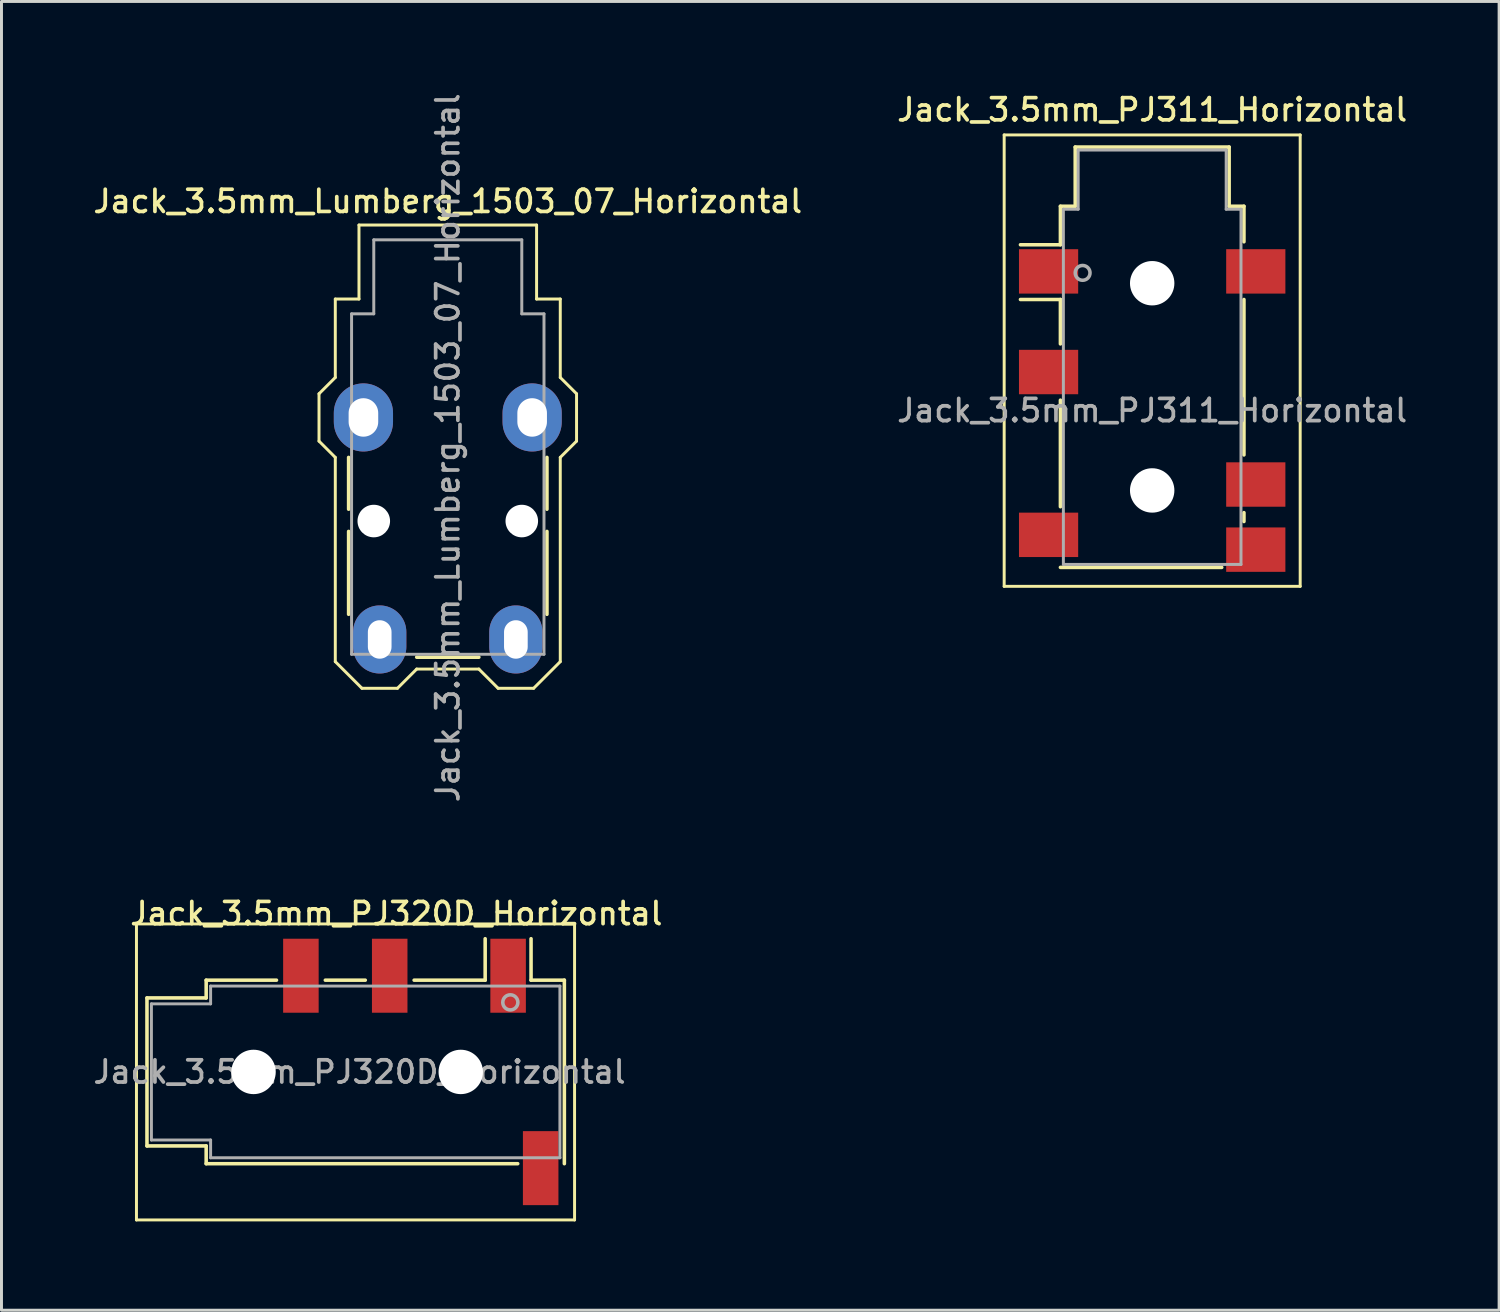
<source format=kicad_pcb>
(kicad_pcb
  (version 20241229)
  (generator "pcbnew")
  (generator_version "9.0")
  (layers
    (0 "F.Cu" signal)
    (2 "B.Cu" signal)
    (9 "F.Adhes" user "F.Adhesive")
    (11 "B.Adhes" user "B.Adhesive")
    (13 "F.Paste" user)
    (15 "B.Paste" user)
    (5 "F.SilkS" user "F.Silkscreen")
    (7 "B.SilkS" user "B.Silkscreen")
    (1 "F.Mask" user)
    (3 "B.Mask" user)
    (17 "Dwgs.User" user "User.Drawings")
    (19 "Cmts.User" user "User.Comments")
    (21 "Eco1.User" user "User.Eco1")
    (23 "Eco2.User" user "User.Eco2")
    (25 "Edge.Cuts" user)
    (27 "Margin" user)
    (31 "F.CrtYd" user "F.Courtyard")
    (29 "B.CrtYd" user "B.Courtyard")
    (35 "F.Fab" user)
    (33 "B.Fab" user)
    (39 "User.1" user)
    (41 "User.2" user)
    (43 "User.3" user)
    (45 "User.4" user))
  (footprint "Jack_3.5mm_PJ311_Horizontal"
    (layer "F.Cu")
    (at 35.873 10.818)
    (property "Reference" "Jack_3.5mm_PJ311_Horizontal" (at 0 -10.16 0) (layer "F.SilkS") (effects (font (size 0.75 0.75) (thickness 0.125))))
    (attr smd)
    (fp_line (start -5 -9.31) (end -5 5.94) (stroke (width 0.1) (type solid)) (layer "F.SilkS"))
    (fp_line (start -5 -9.31) (end 5 -9.31) (stroke (width 0.1) (type solid)) (layer "F.SilkS"))
    (fp_line (start -5 5.94) (end 5 5.94) (stroke (width 0.1) (type solid)) (layer "F.SilkS"))
    (fp_line (start -3.1 -6.9) (end -2.6 -6.9) (stroke (width 0.12) (type solid)) (layer "F.SilkS"))
    (fp_line (start -3.1 -5.6) (end -4.45 -5.6) (stroke (width 0.12) (type solid)) (layer "F.SilkS"))
    (fp_line (start -3.1 -5.6) (end -3.1 -6.9) (stroke (width 0.12) (type solid)) (layer "F.SilkS"))
    (fp_line (start -3.1 -3.75) (end -4.45 -3.75) (stroke (width 0.12) (type solid)) (layer "F.SilkS"))
    (fp_line (start -3.1 -2.25) (end -3.1 -3.75) (stroke (width 0.12) (type solid)) (layer "F.SilkS"))
    (fp_line (start -3.1 3.25) (end -3.1 -0.35) (stroke (width 0.12) (type solid)) (layer "F.SilkS"))
    (fp_line (start -2.6 -8.9) (end 2.6 -8.9) (stroke (width 0.12) (type solid)) (layer "F.SilkS"))
    (fp_line (start -2.6 -6.9) (end -2.6 -8.9) (stroke (width 0.12) (type solid)) (layer "F.SilkS"))
    (fp_line (start 2.35 5.3) (end -3.1 5.3) (stroke (width 0.12) (type solid)) (layer "F.SilkS"))
    (fp_line (start 2.6 -8.9) (end 2.6 -6.9) (stroke (width 0.12) (type solid)) (layer "F.SilkS"))
    (fp_line (start 2.6 -6.9) (end 3.1 -6.9) (stroke (width 0.12) (type solid)) (layer "F.SilkS"))
    (fp_line (start 3.1 -6.9) (end 3.1 -5.7) (stroke (width 0.12) (type solid)) (layer "F.SilkS"))
    (fp_line (start 3.1 -3.75) (end 3.1 1.5) (stroke (width 0.12) (type solid)) (layer "F.SilkS"))
    (fp_line (start 3.1 3.45) (end 3.1 3.75) (stroke (width 0.12) (type solid)) (layer "F.SilkS"))
    (fp_line (start 5 5.94) (end 5 -9.31) (stroke (width 0.1) (type solid)) (layer "F.SilkS"))
    (fp_line (start -3 -6.8) (end -3 5.2) (stroke (width 0.1) (type solid)) (layer "F.Fab"))
    (fp_line (start -3 5.2) (end 3 5.2) (stroke (width 0.1) (type solid)) (layer "F.Fab"))
    (fp_line (start -2.5 -8.8) (end -2.5 -6.8) (stroke (width 0.1) (type solid)) (layer "F.Fab"))
    (fp_line (start -2.5 -6.8) (end -3 -6.8) (stroke (width 0.1) (type solid)) (layer "F.Fab"))
    (fp_line (start 2.5 -8.8) (end -2.5 -8.8) (stroke (width 0.1) (type solid)) (layer "F.Fab"))
    (fp_line (start 2.5 -6.8) (end 2.5 -8.8) (stroke (width 0.1) (type solid)) (layer "F.Fab"))
    (fp_line (start 3 -6.8) (end 2.5 -6.8) (stroke (width 0.1) (type solid)) (layer "F.Fab"))
    (fp_line (start 3 5.2) (end 3 -6.8) (stroke (width 0.1) (type solid)) (layer "F.Fab"))
    (fp_circle (center -2.35 -4.65) (end -2.1 -4.65) (stroke (width 0.12) (type solid)) (fill no) (layer "F.Fab"))
    (fp_text user "${REFERENCE}" (at 0 0 0) (layer "F.Fab") (effects (font (size 0.75 0.75) (thickness 0.125))))
    (pad "" np_thru_hole circle (at 0 -4.3) (size 1.5 1.5) (drill 1.5) (layers "*.Cu" "*.Mask"))
    (pad "" np_thru_hole circle (at 0 2.7) (size 1.5 1.5) (drill 1.5) (layers "*.Cu" "*.Mask"))
    (pad "1" smd rect (at -3.5 -4.7) (size 2 1.5) (layers "F.Cu" "F.Mask" "F.Paste"))
    (pad "2" smd rect (at 3.5 -4.7) (size 2 1.5) (layers "F.Cu" "F.Mask" "F.Paste"))
    (pad "3" smd rect (at -3.5 -1.3) (size 2 1.5) (layers "F.Cu" "F.Mask" "F.Paste"))
    (pad "4" smd rect (at 3.5 2.5) (size 2 1.5) (layers "F.Cu" "F.Mask" "F.Paste"))
    (pad "5" smd rect (at 3.5 4.7) (size 2 1.5) (layers "F.Cu" "F.Mask" "F.Paste"))
    (pad "6" smd rect (at -3.5 4.2) (size 2 1.5) (layers "F.Cu" "F.Mask" "F.Paste")))
  (footprint "Jack_3.5mm_Lumberg_1503_07_Horizontal"
    (layer "F.Cu")
    (at 9.227 11.052)
    (property "Reference" "Jack_3.5mm_Lumberg_1503_07_Horizontal" (at 2.85 -7.3 0) (unlocked yes) (layer "F.SilkS") (effects (font (size 0.75 0.75) (thickness 0.125))))
    (attr through_hole)
    (fp_line (start -1.5 -0.8) (end -1.5 0.8) (stroke (width 0.1) (type solid)) (layer "F.SilkS"))
    (fp_line (start -1.5 0.8) (end -0.95 1.35) (stroke (width 0.1) (type default)) (layer "F.SilkS"))
    (fp_line (start -0.95 -1.35) (end -1.5 -0.8) (stroke (width 0.1) (type default)) (layer "F.SilkS"))
    (fp_line (start -0.95 -1.35) (end -0.95 -4) (stroke (width 0.1) (type default)) (layer "F.SilkS"))
    (fp_line (start -0.95 1.35) (end -0.95 8.25) (stroke (width 0.1) (type default)) (layer "F.SilkS"))
    (fp_line (start -0.95 8.25) (end -0.05 9.15) (stroke (width 0.1) (type default)) (layer "F.SilkS"))
    (fp_line (start -0.5 1.35) (end -0.5 3.1) (stroke (width 0.12) (type solid)) (layer "F.SilkS"))
    (fp_line (start -0.5 3.85) (end -0.5 6.65) (stroke (width 0.12) (type solid)) (layer "F.SilkS"))
    (fp_line (start -0.15 -6.5) (end -0.15 -4) (stroke (width 0.1) (type default)) (layer "F.SilkS"))
    (fp_line (start -0.15 -6.5) (end 5.85 -6.5) (stroke (width 0.1) (type solid)) (layer "F.SilkS"))
    (fp_line (start -0.15 -4) (end -0.95 -4) (stroke (width 0.1) (type default)) (layer "F.SilkS"))
    (fp_line (start -0.05 9.15) (end 1.15 9.15) (stroke (width 0.1) (type solid)) (layer "F.SilkS"))
    (fp_line (start 1.15 9.15) (end 1.8 8.5) (stroke (width 0.1) (type default)) (layer "F.SilkS"))
    (fp_line (start 1.8 8.1) (end 3.9 8.1) (stroke (width 0.12) (type solid)) (layer "F.SilkS"))
    (fp_line (start 1.8 8.5) (end 3.9 8.5) (stroke (width 0.1) (type default)) (layer "F.SilkS"))
    (fp_line (start 3.9 8.5) (end 4.55 9.15) (stroke (width 0.1) (type default)) (layer "F.SilkS"))
    (fp_line (start 4.55 9.15) (end 5.75 9.15) (stroke (width 0.1) (type solid)) (layer "F.SilkS"))
    (fp_line (start 5.85 -6.5) (end 5.85 -4) (stroke (width 0.1) (type default)) (layer "F.SilkS"))
    (fp_line (start 5.85 -4) (end 6.65 -4) (stroke (width 0.1) (type default)) (layer "F.SilkS"))
    (fp_line (start 6.2 1.35) (end 6.2 3.1) (stroke (width 0.12) (type solid)) (layer "F.SilkS"))
    (fp_line (start 6.2 3.85) (end 6.2 6.65) (stroke (width 0.12) (type solid)) (layer "F.SilkS"))
    (fp_line (start 6.65 -1.35) (end 6.65 -4) (stroke (width 0.1) (type default)) (layer "F.SilkS"))
    (fp_line (start 6.65 1.35) (end 6.65 8.25) (stroke (width 0.1) (type default)) (layer "F.SilkS"))
    (fp_line (start 6.65 8.25) (end 5.75 9.15) (stroke (width 0.1) (type default)) (layer "F.SilkS"))
    (fp_line (start 7.2 -0.8) (end 6.65 -1.35) (stroke (width 0.1) (type default)) (layer "F.SilkS"))
    (fp_line (start 7.2 -0.8) (end 7.2 0.8) (stroke (width 0.1) (type solid)) (layer "F.SilkS"))
    (fp_line (start 7.2 0.8) (end 6.65 1.35) (stroke (width 0.1) (type default)) (layer "F.SilkS"))
    (fp_line (start -0.4 -3.5) (end 0.35 -3.5) (stroke (width 0.1) (type solid)) (layer "F.Fab"))
    (fp_line (start -0.4 8) (end -0.4 -3.5) (stroke (width 0.1) (type solid)) (layer "F.Fab"))
    (fp_line (start -0.4 8) (end 6.1 8) (stroke (width 0.1) (type solid)) (layer "F.Fab"))
    (fp_line (start 0.35 -6) (end 0.35 -3.5) (stroke (width 0.1) (type solid)) (layer "F.Fab"))
    (fp_line (start 0.35 -6) (end 5.35 -6) (stroke (width 0.1) (type solid)) (layer "F.Fab"))
    (fp_line (start 5.35 -3.5) (end 5.35 -6) (stroke (width 0.1) (type solid)) (layer "F.Fab"))
    (fp_line (start 5.35 -3.5) (end 6.1 -3.5) (stroke (width 0.1) (type solid)) (layer "F.Fab"))
    (fp_line (start 6.1 -3.5) (end 6.1 8) (stroke (width 0.1) (type solid)) (layer "F.Fab"))
    (fp_text user "${REFERENCE}" (at 2.85 1.025 90) (unlocked yes) (layer "F.Fab") (effects (font (size 0.75 0.75) (thickness 0.125))))
    (pad "" np_thru_hole circle (at 0.35 3.5) (size 1.1 1.1) (drill 1.1) (layers "*.Cu" "*.Mask"))
    (pad "" np_thru_hole circle (at 5.35 3.5) (size 1.1 1.1) (drill 1.1) (layers "*.Cu" "*.Mask"))
    (pad "R" thru_hole oval (at 5.15 7.5) (size 1.8 2.3) (drill oval 0.8 1.3) (layers "*.Cu" "*.Mask"))
    (pad "S" thru_hole oval (at 0.55 7.5) (size 1.8 2.3) (drill oval 0.8 1.3) (layers "*.Cu" "*.Mask"))
    (pad "T" thru_hole oval (at 0 0) (size 2 2.3) (drill oval 1 1.3) (layers "*.Cu" "*.Mask"))
    (pad "T" thru_hole oval (at 5.7 0) (size 2 2.3) (drill oval 1 1.3) (layers "*.Cu" "*.Mask")))
  (footprint "Jack_3.5mm_PJ320D_Horizontal"
    (layer "F.Cu")
    (at 10.29 33.162)
    (property "Reference" "Jack_3.5mm_PJ320D_Horizontal" (at 0.05 -5.35 0) (layer "F.SilkS") (effects (font (size 0.75 0.75) (thickness 0.125))))
    (attr smd)
    (fp_line (start -8.73 -5) (end 6.07 -5) (stroke (width 0.1) (type solid)) (layer "F.SilkS"))
    (fp_line (start -8.73 5) (end -8.73 -5) (stroke (width 0.1) (type solid)) (layer "F.SilkS"))
    (fp_line (start -8.73 5) (end 6.07 5) (stroke (width 0.1) (type solid)) (layer "F.SilkS"))
    (fp_line (start -8.375 -2.5) (end -8.375 2.5) (stroke (width 0.12) (type solid)) (layer "F.SilkS"))
    (fp_line (start -6.375 -3.1) (end -6.375 -2.5) (stroke (width 0.12) (type solid)) (layer "F.SilkS"))
    (fp_line (start -6.375 -3.1) (end -4 -3.1) (stroke (width 0.12) (type solid)) (layer "F.SilkS"))
    (fp_line (start -6.375 -2.5) (end -8.375 -2.5) (stroke (width 0.12) (type solid)) (layer "F.SilkS"))
    (fp_line (start -6.375 2.5) (end -8.375 2.5) (stroke (width 0.12) (type solid)) (layer "F.SilkS"))
    (fp_line (start -6.375 2.5) (end -6.375 3.1) (stroke (width 0.12) (type solid)) (layer "F.SilkS"))
    (fp_line (start -2.35 -3.1) (end -1 -3.1) (stroke (width 0.12) (type solid)) (layer "F.SilkS"))
    (fp_line (start 0.65 -3.1) (end 3.05 -3.1) (stroke (width 0.12) (type solid)) (layer "F.SilkS"))
    (fp_line (start 3.05 -3.1) (end 3.05 -4.5) (stroke (width 0.12) (type solid)) (layer "F.SilkS"))
    (fp_line (start 4.15 3.1) (end -6.375 3.1) (stroke (width 0.12) (type solid)) (layer "F.SilkS"))
    (fp_line (start 4.6 -3.1) (end 4.6 -4.5) (stroke (width 0.12) (type solid)) (layer "F.SilkS"))
    (fp_line (start 4.6 -3.1) (end 5.725 -3.1) (stroke (width 0.12) (type solid)) (layer "F.SilkS"))
    (fp_line (start 5.725 3.1) (end 5.725 -3.1) (stroke (width 0.12) (type solid)) (layer "F.SilkS"))
    (fp_line (start 6.07 5) (end 6.07 -5) (stroke (width 0.1) (type solid)) (layer "F.SilkS"))
    (fp_line (start -8.225 -2.3) (end -6.225 -2.3) (stroke (width 0.1) (type solid)) (layer "F.Fab"))
    (fp_line (start -8.225 2.3) (end -8.225 -2.3) (stroke (width 0.1) (type solid)) (layer "F.Fab"))
    (fp_line (start -6.225 -2.9) (end 5.575 -2.9) (stroke (width 0.1) (type solid)) (layer "F.Fab"))
    (fp_line (start -6.225 -2.3) (end -6.225 -2.9) (stroke (width 0.1) (type solid)) (layer "F.Fab"))
    (fp_line (start -6.225 2.3) (end -8.225 2.3) (stroke (width 0.1) (type solid)) (layer "F.Fab"))
    (fp_line (start -6.225 2.9) (end -6.225 2.3) (stroke (width 0.1) (type solid)) (layer "F.Fab"))
    (fp_line (start 5.575 -2.9) (end 5.575 2.9) (stroke (width 0.1) (type solid)) (layer "F.Fab"))
    (fp_line (start 5.575 2.9) (end -6.225 2.9) (stroke (width 0.1) (type solid)) (layer "F.Fab"))
    (fp_circle (center 3.9 -2.35) (end 3.95 -2.1) (stroke (width 0.12) (type solid)) (fill no) (layer "F.Fab"))
    (fp_text user "${REFERENCE}" (at -1.195 0 0) (layer "F.Fab") (effects (font (size 0.75 0.75) (thickness 0.125))))
    (pad "" np_thru_hole circle (at -4.775 0) (size 1.5 1.5) (drill 1.5) (layers "*.Cu" "*.Mask"))
    (pad "" np_thru_hole circle (at 2.225 0) (size 1.5 1.5) (drill 1.5) (layers "*.Cu" "*.Mask"))
    (pad "R1" smd rect (at -0.175 -3.25) (size 1.2 2.5) (layers "F.Cu" "F.Mask" "F.Paste"))
    (pad "R2" smd rect (at -3.175 -3.25) (size 1.2 2.5) (layers "F.Cu" "F.Mask" "F.Paste"))
    (pad "S" smd rect (at 4.925 3.25) (size 1.2 2.5) (layers "F.Cu" "F.Mask" "F.Paste"))
    (pad "T" smd rect (at 3.825 -3.25) (size 1.2 2.5) (layers "F.Cu" "F.Mask" "F.Paste")))
  (gr_rect
    (start -3 -3)
    (end 47.593 41.212)
    (stroke (width 0.1) (type default))
    (fill no)
    (layer "Edge.Cuts")))
</source>
